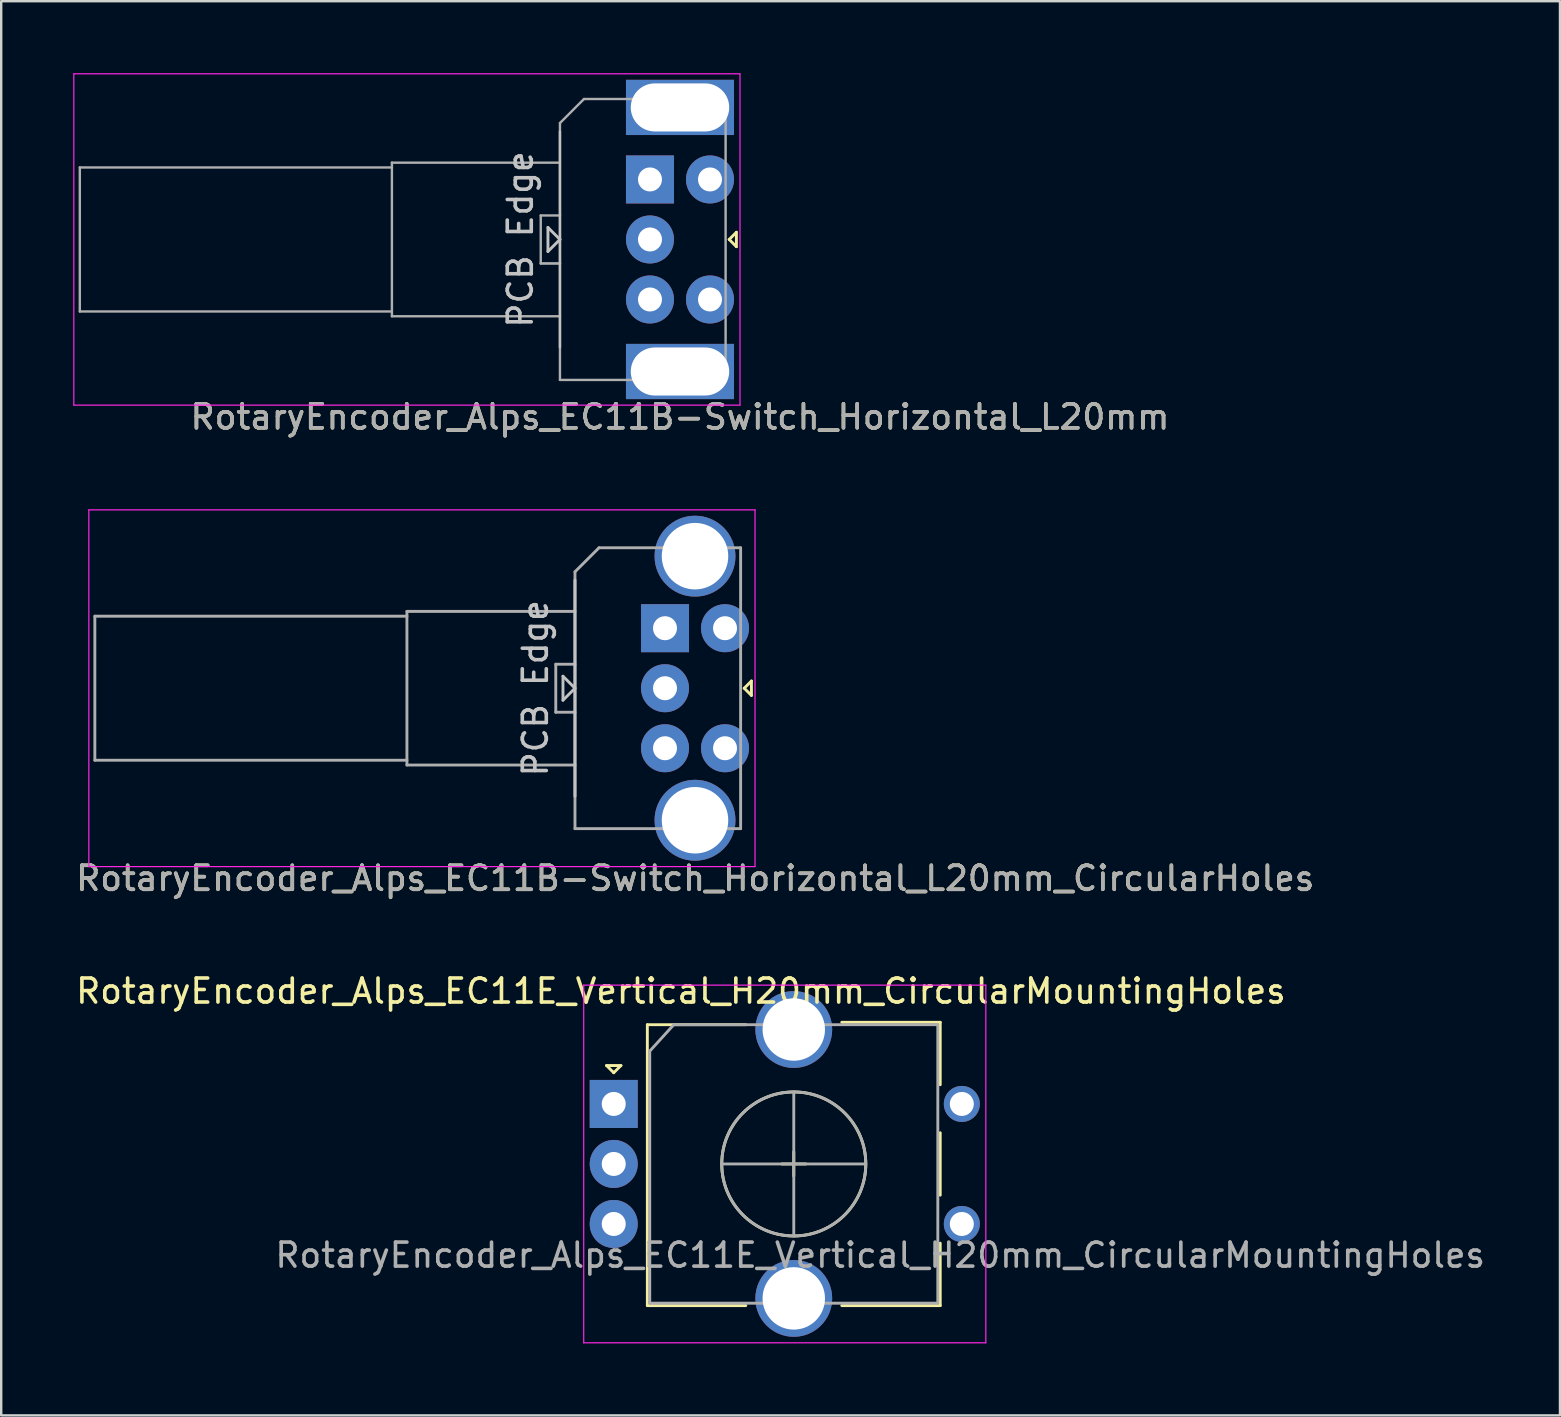
<source format=kicad_pcb>
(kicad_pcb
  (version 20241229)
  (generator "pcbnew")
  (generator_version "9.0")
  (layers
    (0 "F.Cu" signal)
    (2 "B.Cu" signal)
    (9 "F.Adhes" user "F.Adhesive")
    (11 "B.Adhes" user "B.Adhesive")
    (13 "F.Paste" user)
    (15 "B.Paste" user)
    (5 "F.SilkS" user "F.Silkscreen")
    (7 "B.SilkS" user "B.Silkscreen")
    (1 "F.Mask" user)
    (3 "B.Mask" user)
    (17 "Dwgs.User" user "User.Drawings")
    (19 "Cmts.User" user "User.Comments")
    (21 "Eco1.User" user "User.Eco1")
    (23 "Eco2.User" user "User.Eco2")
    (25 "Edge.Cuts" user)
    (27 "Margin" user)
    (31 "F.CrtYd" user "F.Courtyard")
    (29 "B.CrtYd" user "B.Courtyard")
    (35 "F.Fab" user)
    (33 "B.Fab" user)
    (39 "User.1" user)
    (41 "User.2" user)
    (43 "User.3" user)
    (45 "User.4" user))
  (footprint "RotaryEncoder_Alps_EC11B-Switch_Horizontal_L20mm"
    (layer "F.Cu")
    (at 24.025 4.425)
    (property "Reference" "RotaryEncoder_Alps_EC11B-Switch_Horizontal_L20mm" (at 1.25 9.89 0) (layer "F.SilkS") (effects (font (size 1 1) (thickness 0.15))))
    (attr through_hole)
    (fp_line (start 3.3 2.5) (end 3.6 2.2) (stroke (width 0.12) (type solid)) (layer "F.SilkS"))
    (fp_line (start 3.6 2.2) (end 3.6 2.8) (stroke (width 0.12) (type solid)) (layer "F.SilkS"))
    (fp_line (start 3.6 2.8) (end 3.3 2.5) (stroke (width 0.12) (type solid)) (layer "F.SilkS"))
    (fp_line (start -4.25 2) (end -4.25 3) (stroke (width 0.12) (type solid)) (layer "Dwgs.User"))
    (fp_line (start -4.25 2) (end -3.75 2.5) (stroke (width 0.12) (type solid)) (layer "Dwgs.User"))
    (fp_line (start -3.75 2.5) (end -4.25 3) (stroke (width 0.12) (type solid)) (layer "Dwgs.User"))
    (fp_line (start -3.75 7) (end -3.75 -2) (stroke (width 0.1) (type solid)) (layer "Dwgs.User"))
    (fp_line (start -24 -4.4) (end -24 9.4) (stroke (width 0.05) (type solid)) (layer "F.CrtYd"))
    (fp_line (start -24 -4.4) (end 3.75 -4.4) (stroke (width 0.05) (type solid)) (layer "F.CrtYd"))
    (fp_line (start 3.75 9.4) (end -24 9.4) (stroke (width 0.05) (type solid)) (layer "F.CrtYd"))
    (fp_line (start 3.75 9.4) (end 3.75 -4.4) (stroke (width 0.05) (type solid)) (layer "F.CrtYd"))
    (fp_line (start -23.75 -0.5) (end -10.75 -0.5) (stroke (width 0.1) (type solid)) (layer "F.Fab"))
    (fp_line (start -23.75 5.5) (end -23.75 -0.5) (stroke (width 0.1) (type solid)) (layer "F.Fab"))
    (fp_line (start -10.75 5.5) (end -23.75 5.5) (stroke (width 0.1) (type solid)) (layer "F.Fab"))
    (fp_line (start -10.75 5.7) (end -10.75 -0.7) (stroke (width 0.1) (type solid)) (layer "F.Fab"))
    (fp_line (start -4.55 1.5) (end -4.55 3.5) (stroke (width 0.1) (type solid)) (layer "F.Fab"))
    (fp_line (start -4.55 3.5) (end -3.75 3.5) (stroke (width 0.11) (type solid)) (layer "F.Fab"))
    (fp_line (start -3.75 -2.35) (end -3.75 8.35) (stroke (width 0.1) (type solid)) (layer "F.Fab"))
    (fp_line (start -3.75 -2.35) (end -2.75 -3.35) (stroke (width 0.1) (type solid)) (layer "F.Fab"))
    (fp_line (start -3.75 -0.7) (end -10.75 -0.7) (stroke (width 0.1) (type solid)) (layer "F.Fab"))
    (fp_line (start -3.75 1.5) (end -4.55 1.5) (stroke (width 0.1) (type solid)) (layer "F.Fab"))
    (fp_line (start -3.75 5.7) (end -10.75 5.7) (stroke (width 0.1) (type solid)) (layer "F.Fab"))
    (fp_line (start -3.75 8.35) (end 3.15 8.35) (stroke (width 0.1) (type solid)) (layer "F.Fab"))
    (fp_line (start -2.75 -3.35) (end 3.15 -3.35) (stroke (width 0.1) (type solid)) (layer "F.Fab"))
    (fp_line (start 3.15 -3.35) (end 3.15 8.35) (stroke (width 0.1) (type solid)) (layer "F.Fab"))
    (fp_text user "PCB Edge" (at -5.4 2.5 90) (layer "Dwgs.User") (effects (font (size 1 1) (thickness 0.15))))
    (fp_text user "${REFERENCE}" (at 1.25 9.89 0) (layer "F.Fab") (effects (font (size 1 1) (thickness 0.15))))
    (pad "A" thru_hole rect (at 0 0) (size 2 2) (drill 1) (layers "*.Cu" "*.Mask"))
    (pad "B" thru_hole circle (at 0 5) (size 2 2) (drill 1) (layers "*.Cu" "*.Mask"))
    (pad "C" thru_hole circle (at 0 2.5) (size 2 2) (drill 1) (layers "*.Cu" "*.Mask"))
    (pad "MP" thru_hole rect (at 1.25 -3) (size 4.5 2.3) (drill oval 4.1 2) (layers "*.Cu" "*.Mask"))
    (pad "MP" thru_hole rect (at 1.25 8) (size 4.5 2.3) (drill oval 4.1 2) (layers "*.Cu" "*.Mask"))
    (pad "S1" thru_hole circle (at 2.5 5) (size 2 2) (drill 1) (layers "*.Cu" "*.Mask"))
    (pad "S2" thru_hole circle (at 2.5 0) (size 2 2) (drill 1) (layers "*.Cu" "*.Mask")))
  (footprint "RotaryEncoder_Alps_EC11B-Switch_Horizontal_L20mm_CircularHoles"
    (layer "F.Cu")
    (at 25.901 25.618)
    (property "Reference" "RotaryEncoder_Alps_EC11B-Switch_Horizontal_L20mm_CircularHoles" (at 0.01 7.92 0) (layer "F.SilkS") (effects (font (size 1 1) (thickness 0.15))))
    (attr through_hole)
    (fp_line (start 2.05 0) (end 2.35 -0.3) (stroke (width 0.12) (type solid)) (layer "F.SilkS"))
    (fp_line (start 2.35 -0.3) (end 2.35 0.3) (stroke (width 0.12) (type solid)) (layer "F.SilkS"))
    (fp_line (start 2.35 0.3) (end 2.05 0) (stroke (width 0.12) (type solid)) (layer "F.SilkS"))
    (fp_line (start -5.5 -0.5) (end -5.5 0.5) (stroke (width 0.12) (type solid)) (layer "Dwgs.User"))
    (fp_line (start -5.5 -0.5) (end -5 0) (stroke (width 0.12) (type solid)) (layer "Dwgs.User"))
    (fp_line (start -5 0) (end -5.5 0.5) (stroke (width 0.12) (type solid)) (layer "Dwgs.User"))
    (fp_line (start -5 4.5) (end -5 -4.5) (stroke (width 0.12) (type solid)) (layer "Dwgs.User"))
    (fp_line (start -25.25 -7.43) (end -25.25 7.43) (stroke (width 0.05) (type solid)) (layer "F.CrtYd"))
    (fp_line (start -25.25 -7.43) (end 2.5 -7.43) (stroke (width 0.05) (type solid)) (layer "F.CrtYd"))
    (fp_line (start 2.5 7.43) (end -25.25 7.43) (stroke (width 0.05) (type solid)) (layer "F.CrtYd"))
    (fp_line (start 2.5 7.43) (end 2.5 -7.43) (stroke (width 0.05) (type solid)) (layer "F.CrtYd"))
    (fp_line (start -25 -3) (end -12 -3) (stroke (width 0.12) (type solid)) (layer "F.Fab"))
    (fp_line (start -25 3) (end -25 -3) (stroke (width 0.12) (type solid)) (layer "F.Fab"))
    (fp_line (start -12 3) (end -25 3) (stroke (width 0.12) (type solid)) (layer "F.Fab"))
    (fp_line (start -12 3.2) (end -12 -3.2) (stroke (width 0.12) (type solid)) (layer "F.Fab"))
    (fp_line (start -5.8 -1) (end -5.8 1) (stroke (width 0.12) (type solid)) (layer "F.Fab"))
    (fp_line (start -5.8 1) (end -5 1) (stroke (width 0.12) (type solid)) (layer "F.Fab"))
    (fp_line (start -5 -4.85) (end -5 5.85) (stroke (width 0.12) (type solid)) (layer "F.Fab"))
    (fp_line (start -5 -4.85) (end -4 -5.85) (stroke (width 0.12) (type solid)) (layer "F.Fab"))
    (fp_line (start -5 -3.2) (end -12 -3.2) (stroke (width 0.12) (type solid)) (layer "F.Fab"))
    (fp_line (start -5 -1) (end -5.8 -1) (stroke (width 0.12) (type solid)) (layer "F.Fab"))
    (fp_line (start -5 3.2) (end -12 3.2) (stroke (width 0.12) (type solid)) (layer "F.Fab"))
    (fp_line (start -5 5.85) (end 1.9 5.85) (stroke (width 0.12) (type solid)) (layer "F.Fab"))
    (fp_line (start -4 -5.85) (end 1.9 -5.85) (stroke (width 0.12) (type solid)) (layer "F.Fab"))
    (fp_line (start 1.9 -5.85) (end 1.9 5.85) (stroke (width 0.12) (type solid)) (layer "F.Fab"))
    (fp_text user "PCB Edge" (at -6.65 0 90) (layer "Dwgs.User") (effects (font (size 1 1) (thickness 0.15))))
    (fp_text user "${REFERENCE}" (at 0.01 7.92 0) (layer "F.Fab") (effects (font (size 1 1) (thickness 0.15))))
    (pad "A" thru_hole rect (at -1.25 -2.5) (size 2 2) (drill 1) (layers "*.Cu" "*.Mask"))
    (pad "B" thru_hole circle (at -1.25 2.5) (size 2 2) (drill 1) (layers "*.Cu" "*.Mask"))
    (pad "C" thru_hole circle (at -1.25 0) (size 2 2) (drill 1) (layers "*.Cu" "*.Mask"))
    (pad "D" thru_hole circle (at 1.25 -2.5) (size 2 2) (drill 1) (layers "*.Cu" "*.Mask"))
    (pad "E" thru_hole circle (at 1.25 2.5) (size 2 2) (drill 1) (layers "*.Cu" "*.Mask"))
    (pad "MP" thru_hole circle (at 0 -5.5) (size 3.37 3.37) (drill 2.77) (layers "*.Cu" "*.Mask"))
    (pad "MP" thru_hole circle (at 0 5.5) (size 3.37 3.37) (drill 2.77) (layers "*.Cu" "*.Mask")))
  (footprint "RotaryEncoder_Alps_EC11E_Vertical_H20mm_CircularMountingHoles"
    (layer "F.Cu")
    (at 22.515 42.935)
    (property "Reference" "RotaryEncoder_Alps_EC11E_Vertical_H20mm_CircularMountingHoles" (at 2.8 -4.7 0) (layer "F.SilkS") (effects (font (size 1 1) (thickness 0.15))))
    (attr through_hole)
    (fp_line (start -0.3 -1.6) (end 0.3 -1.6) (stroke (width 0.12) (type solid)) (layer "F.SilkS"))
    (fp_line (start 0 -1.3) (end -0.3 -1.6) (stroke (width 0.12) (type solid)) (layer "F.SilkS"))
    (fp_line (start 0.3 -1.6) (end 0 -1.3) (stroke (width 0.12) (type solid)) (layer "F.SilkS"))
    (fp_line (start 1.4 -3.3) (end 1.4 8.4) (stroke (width 0.12) (type solid)) (layer "F.SilkS"))
    (fp_line (start 5.5 -3.3) (end 1.4 -3.3) (stroke (width 0.12) (type solid)) (layer "F.SilkS"))
    (fp_line (start 5.5 8.4) (end 1.4 8.4) (stroke (width 0.12) (type solid)) (layer "F.SilkS"))
    (fp_line (start 7 2.5) (end 8 2.5) (stroke (width 0.12) (type solid)) (layer "F.SilkS"))
    (fp_line (start 7.5 2) (end 7.5 3) (stroke (width 0.12) (type solid)) (layer "F.SilkS"))
    (fp_line (start 9.5 -3.4) (end 13.6 -3.4) (stroke (width 0.12) (type solid)) (layer "F.SilkS"))
    (fp_line (start 13.6 -3.4) (end 13.6 -0.8) (stroke (width 0.12) (type solid)) (layer "F.SilkS"))
    (fp_line (start 13.6 1.2) (end 13.6 3.8) (stroke (width 0.12) (type solid)) (layer "F.SilkS"))
    (fp_line (start 13.6 5.8) (end 13.6 8.4) (stroke (width 0.12) (type solid)) (layer "F.SilkS"))
    (fp_line (start 13.6 8.4) (end 9.5 8.4) (stroke (width 0.12) (type solid)) (layer "F.SilkS"))
    (fp_circle (center 7.5 2.5) (end 10.5 2.5) (stroke (width 0.12) (type solid)) (fill no) (layer "F.SilkS"))
    (fp_line (start -1.25 -4.95) (end -1.25 9.95) (stroke (width 0.05) (type solid)) (layer "F.CrtYd"))
    (fp_line (start -1.25 -4.95) (end 15.5 -4.95) (stroke (width 0.05) (type solid)) (layer "F.CrtYd"))
    (fp_line (start 15.5 9.95) (end -1.25 9.95) (stroke (width 0.05) (type solid)) (layer "F.CrtYd"))
    (fp_line (start 15.5 9.95) (end 15.5 -4.95) (stroke (width 0.05) (type solid)) (layer "F.CrtYd"))
    (fp_line (start 1.5 -2.2) (end 2.5 -3.3) (stroke (width 0.12) (type solid)) (layer "F.Fab"))
    (fp_line (start 1.5 8.3) (end 1.5 -2.2) (stroke (width 0.12) (type solid)) (layer "F.Fab"))
    (fp_line (start 2.5 -3.3) (end 13.5 -3.3) (stroke (width 0.12) (type solid)) (layer "F.Fab"))
    (fp_line (start 4.5 2.5) (end 10.5 2.5) (stroke (width 0.12) (type solid)) (layer "F.Fab"))
    (fp_line (start 7.5 -0.5) (end 7.5 5.5) (stroke (width 0.12) (type solid)) (layer "F.Fab"))
    (fp_line (start 13.5 -3.3) (end 13.5 8.3) (stroke (width 0.12) (type solid)) (layer "F.Fab"))
    (fp_line (start 13.5 8.3) (end 1.5 8.3) (stroke (width 0.12) (type solid)) (layer "F.Fab"))
    (fp_circle (center 7.5 2.5) (end 10.5 2.5) (stroke (width 0.12) (type solid)) (fill no) (layer "F.Fab"))
    (fp_text user "${REFERENCE}" (at 11.1 6.3 0) (layer "F.Fab") (effects (font (size 1 1) (thickness 0.15))))
    (pad "" thru_hole circle (at 14.5 0) (size 1.5 1.5) (drill 1) (layers "*.Cu" "*.Mask"))
    (pad "" thru_hole circle (at 14.5 5) (size 1.5 1.5) (drill 1) (layers "*.Cu" "*.Mask"))
    (pad "1" thru_hole rect (at 0 0) (size 2 2) (drill 1) (layers "*.Cu" "*.Mask"))
    (pad "2" thru_hole circle (at 0 2.5) (size 2 2) (drill 1) (layers "*.Cu" "*.Mask"))
    (pad "3" thru_hole circle (at 0 5) (size 2 2) (drill 1) (layers "*.Cu" "*.Mask"))
    (pad "MP" thru_hole circle (at 7.5 -3.1) (size 3.2 3.2) (drill 2.6) (layers "*.Cu" "*.Mask"))
    (pad "MP" thru_hole circle (at 7.5 8.1) (size 3.2 3.2) (drill 2.6) (layers "*.Cu" "*.Mask")))
  (gr_rect
    (start -3 -3)
    (end 61.931 55.91)
    (stroke (width 0.1) (type default))
    (fill no)
    (layer "Edge.Cuts")))
</source>
